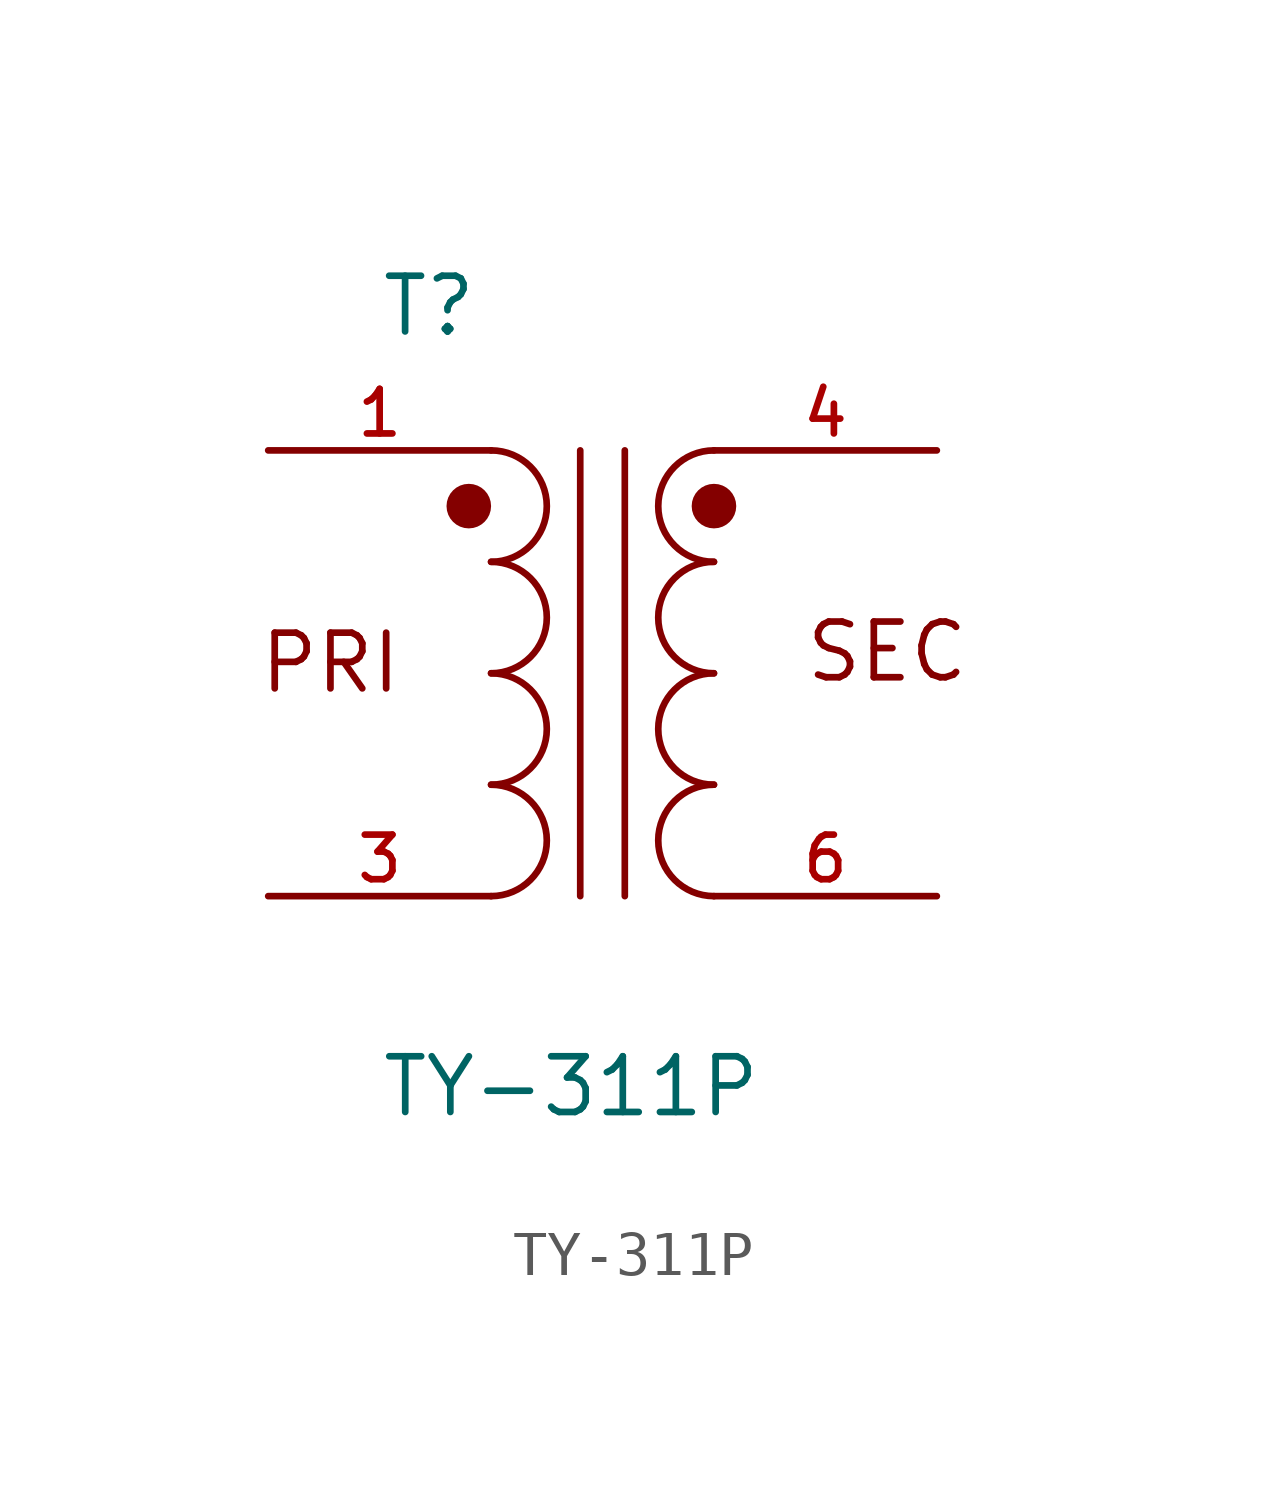
<source format=kicad_sym>
(kicad_symbol_lib
  (version 20211014)
  (generator kicad_symbol_editor)
  (symbol "TY-311P"
    (pin_names
      (offset 1.016))
    (property "Reference" "T"
      (at -5.084 7.628 0)
      (effects (font (size 1.27 1.27)) (justify bottom left)))
    (property "Value" "TY-311P"
      (at -5.081 -10.163 0)
      (effects (font (size 1.27 1.27)) (justify bottom left)))
    (symbol "TY-311P_0_0"
      (arc (start -2.54 -2.54) (mid -1.27 -1.27) (end -2.54 0.0) (stroke (width 0.1524) (type default) (color 0 0 0 0)) (fill (type none)))
      (arc (start 2.54 0.0) (mid 1.27 -1.27) (end 2.54 -2.54) (stroke (width 0.1524) (type default) (color 0 0 0 0)) (fill (type none)))
      (arc (start -2.54 0.0) (mid -1.27 1.27) (end -2.54 2.54) (stroke (width 0.1524) (type default) (color 0 0 0 0)) (fill (type none)))
      (arc (start -2.54 2.54) (mid -1.27 3.81) (end -2.54 5.08) (stroke (width 0.1524) (type default) (color 0 0 0 0)) (fill (type none)))
      (arc (start 2.54 2.54) (mid 1.27 1.27) (end 2.54 0.0) (stroke (width 0.1524) (type default) (color 0 0 0 0)) (fill (type none)))
      (arc (start 2.54 5.08) (mid 1.27 3.81) (end 2.54 2.54) (stroke (width 0.1524) (type default) (color 0 0 0 0)) (fill (type none)))
      (circle (center -3.048 3.81) (radius 0.254) (stroke (width 0.508)) (fill (type none)))
      (circle (center 2.54 3.81) (radius 0.254) (stroke (width 0.508)) (fill (type none)))
      (text "PRI" (at -7.874 -0.508 0) (effects (font (size 1.27 1.27)) (justify bottom left)))
      (text "SEC " (at 4.572 -0.254 0) (effects (font (size 1.27 1.27)) (justify bottom left)))
      (arc (start -2.54 -5.08) (mid -1.27 -3.81) (end -2.54 -2.54) (stroke (width 0.1524) (type default) (color 0 0 0 0)) (fill (type none)))
      (arc (start 2.54 -2.54) (mid 1.27 -3.81) (end 2.54 -5.08) (stroke (width 0.1524) (type default) (color 0 0 0 0)) (fill (type none)))
      (polyline (pts (xy -0.508 5.08) (xy -0.508 -5.08)) (stroke (width 0.152)))
      (polyline (pts (xy 0.508 5.08) (xy 0.508 -5.08)) (stroke (width 0.152)))
      (pin passive line (at -7.62 5.08 0) (length 5.08) (name "~" (effects (font (size 1.016 1.016)))) (number "1" (effects (font (size 1.016 1.016)))))
      (pin passive line (at 7.62 -5.08 180.0) (length 5.08) (name "~" (effects (font (size 1.016 1.016)))) (number "6" (effects (font (size 1.016 1.016)))))
      (pin passive line (at 7.62 5.08 180.0) (length 5.08) (name "~" (effects (font (size 1.016 1.016)))) (number "4" (effects (font (size 1.016 1.016)))))
      (pin passive line (at -7.62 -5.08 0) (length 5.08) (name "~" (effects (font (size 1.016 1.016)))) (number "3" (effects (font (size 1.016 1.016))))))))
</source>
